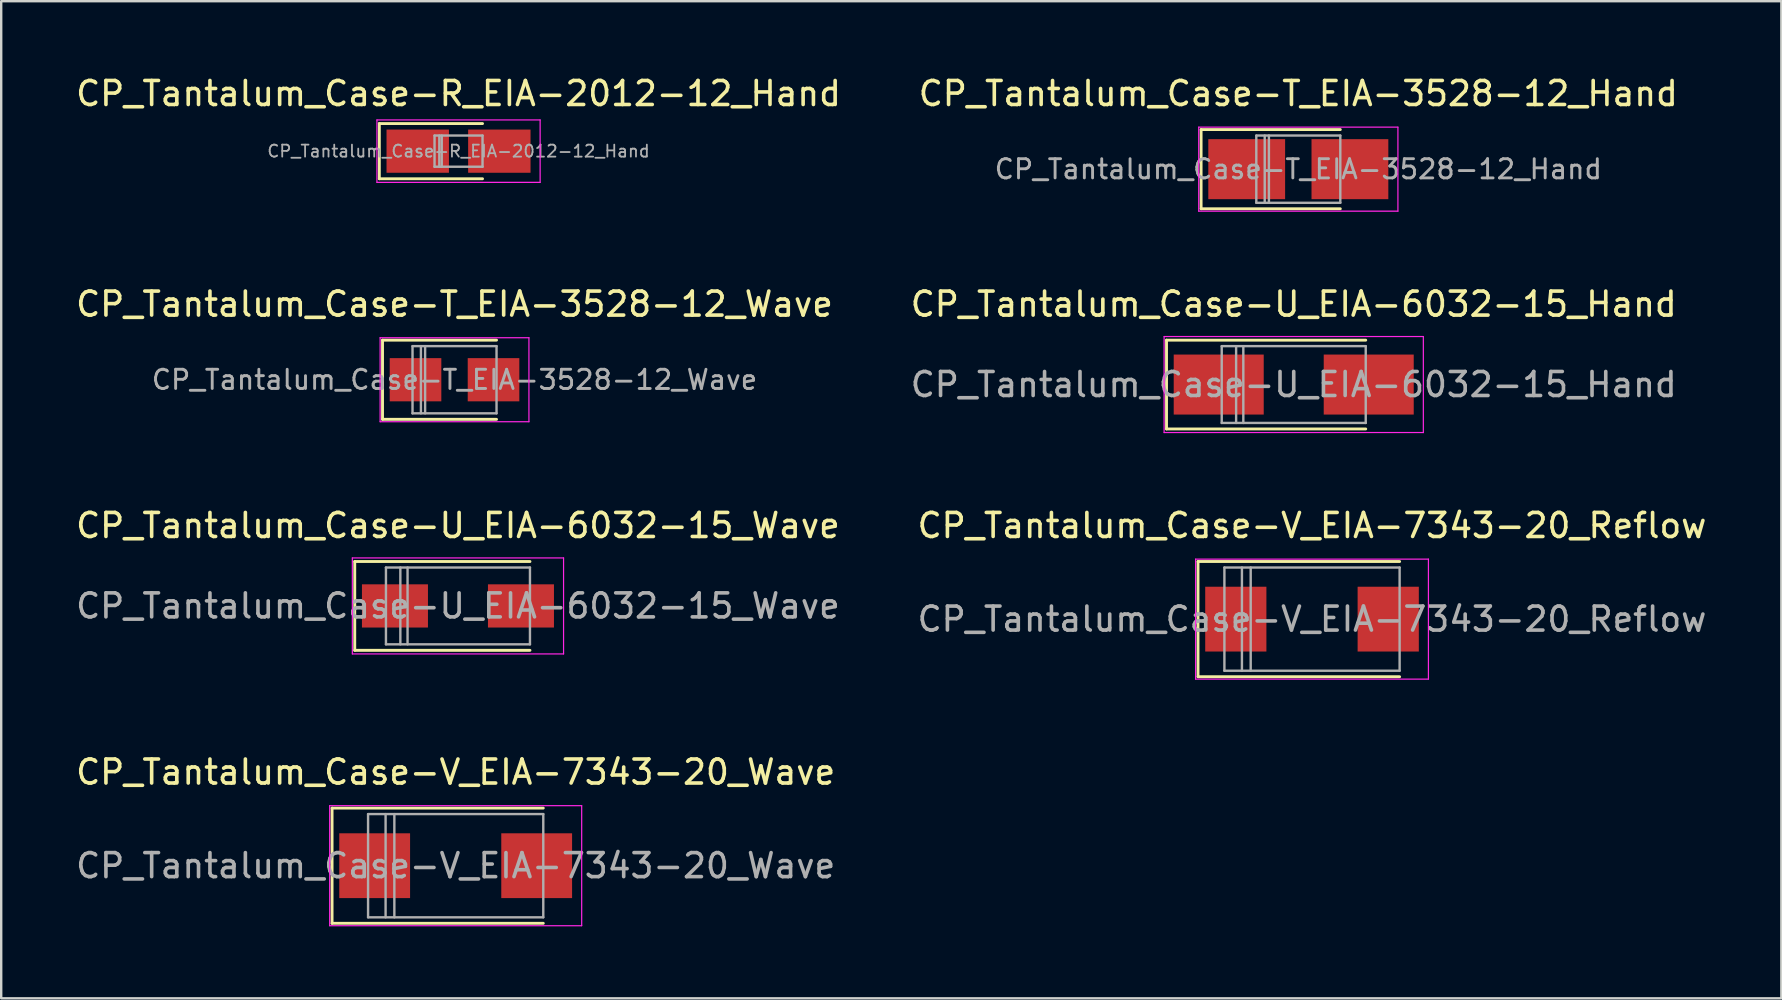
<source format=kicad_pcb>
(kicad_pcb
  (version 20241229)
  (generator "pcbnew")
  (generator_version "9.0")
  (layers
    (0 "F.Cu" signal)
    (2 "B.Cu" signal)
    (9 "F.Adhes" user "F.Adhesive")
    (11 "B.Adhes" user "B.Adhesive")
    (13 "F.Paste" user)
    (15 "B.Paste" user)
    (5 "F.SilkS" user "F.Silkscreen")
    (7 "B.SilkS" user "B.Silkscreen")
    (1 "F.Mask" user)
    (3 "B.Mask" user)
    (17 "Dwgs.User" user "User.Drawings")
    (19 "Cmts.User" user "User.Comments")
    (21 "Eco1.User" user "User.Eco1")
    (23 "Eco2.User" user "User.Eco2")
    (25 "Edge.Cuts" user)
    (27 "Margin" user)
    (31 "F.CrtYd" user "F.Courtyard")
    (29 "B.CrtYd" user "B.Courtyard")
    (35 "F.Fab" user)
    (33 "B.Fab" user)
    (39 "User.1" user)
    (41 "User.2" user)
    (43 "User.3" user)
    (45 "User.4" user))
  (footprint "CP_Tantalum_Case-V_EIA-7343-20_Reflow"
    (layer "F.Cu")
    (at 51.613 22.745)
    (property "Reference" "CP_Tantalum_Case-V_EIA-7343-20_Reflow" (at 0 -3.9 0) (layer "F.SilkS") (effects (font (size 1 1) (thickness 0.15))))
    (attr smd)
    (fp_line (start -4.75 -2.4) (end -4.75 2.4) (stroke (width 0.12) (type solid)) (layer "F.SilkS"))
    (fp_line (start -4.75 -2.4) (end 3.65 -2.4) (stroke (width 0.12) (type solid)) (layer "F.SilkS"))
    (fp_line (start -4.75 2.4) (end 3.65 2.4) (stroke (width 0.12) (type solid)) (layer "F.SilkS"))
    (fp_line (start -4.85 -2.5) (end -4.85 2.5) (stroke (width 0.05) (type solid)) (layer "F.CrtYd"))
    (fp_line (start -4.85 2.5) (end 4.85 2.5) (stroke (width 0.05) (type solid)) (layer "F.CrtYd"))
    (fp_line (start 4.85 -2.5) (end -4.85 -2.5) (stroke (width 0.05) (type solid)) (layer "F.CrtYd"))
    (fp_line (start 4.85 2.5) (end 4.85 -2.5) (stroke (width 0.05) (type solid)) (layer "F.CrtYd"))
    (fp_line (start -3.65 -2.15) (end -3.65 2.15) (stroke (width 0.1) (type solid)) (layer "F.Fab"))
    (fp_line (start -3.65 2.15) (end 3.65 2.15) (stroke (width 0.1) (type solid)) (layer "F.Fab"))
    (fp_line (start -2.92 -2.15) (end -2.92 2.15) (stroke (width 0.1) (type solid)) (layer "F.Fab"))
    (fp_line (start -2.555 -2.15) (end -2.555 2.15) (stroke (width 0.1) (type solid)) (layer "F.Fab"))
    (fp_line (start 3.65 -2.15) (end -3.65 -2.15) (stroke (width 0.1) (type solid)) (layer "F.Fab"))
    (fp_line (start 3.65 2.15) (end 3.65 -2.15) (stroke (width 0.1) (type solid)) (layer "F.Fab"))
    (fp_text user "${REFERENCE}" (at 0 0 0) (layer "F.Fab") (effects (font (size 1 1) (thickness 0.15))))
    (pad "1" smd rect (at -3.175 0) (size 2.55 2.7) (layers "F.Cu" "F.Mask" "F.Paste"))
    (pad "2" smd rect (at 3.175 0) (size 2.55 2.7) (layers "F.Cu" "F.Mask" "F.Paste")))
  (footprint "CP_Tantalum_Case-V_EIA-7343-20_Wave"
    (layer "F.Cu")
    (at 15.935 33.018)
    (property "Reference" "CP_Tantalum_Case-V_EIA-7343-20_Wave" (at 0 -3.9 0) (layer "F.SilkS") (effects (font (size 1 1) (thickness 0.15))))
    (attr smd)
    (fp_line (start -5.15 -2.4) (end -5.15 2.4) (stroke (width 0.12) (type solid)) (layer "F.SilkS"))
    (fp_line (start -5.15 -2.4) (end 3.65 -2.4) (stroke (width 0.12) (type solid)) (layer "F.SilkS"))
    (fp_line (start -5.15 2.4) (end 3.65 2.4) (stroke (width 0.12) (type solid)) (layer "F.SilkS"))
    (fp_line (start -5.25 -2.5) (end -5.25 2.5) (stroke (width 0.05) (type solid)) (layer "F.CrtYd"))
    (fp_line (start -5.25 2.5) (end 5.25 2.5) (stroke (width 0.05) (type solid)) (layer "F.CrtYd"))
    (fp_line (start 5.25 -2.5) (end -5.25 -2.5) (stroke (width 0.05) (type solid)) (layer "F.CrtYd"))
    (fp_line (start 5.25 2.5) (end 5.25 -2.5) (stroke (width 0.05) (type solid)) (layer "F.CrtYd"))
    (fp_line (start -3.65 -2.15) (end -3.65 2.15) (stroke (width 0.1) (type solid)) (layer "F.Fab"))
    (fp_line (start -3.65 2.15) (end 3.65 2.15) (stroke (width 0.1) (type solid)) (layer "F.Fab"))
    (fp_line (start -2.92 -2.15) (end -2.92 2.15) (stroke (width 0.1) (type solid)) (layer "F.Fab"))
    (fp_line (start -2.555 -2.15) (end -2.555 2.15) (stroke (width 0.1) (type solid)) (layer "F.Fab"))
    (fp_line (start 3.65 -2.15) (end -3.65 -2.15) (stroke (width 0.1) (type solid)) (layer "F.Fab"))
    (fp_line (start 3.65 2.15) (end 3.65 -2.15) (stroke (width 0.1) (type solid)) (layer "F.Fab"))
    (fp_text user "${REFERENCE}" (at 0 0 0) (layer "F.Fab") (effects (font (size 1 1) (thickness 0.15))))
    (pad "1" smd rect (at -3.375 0) (size 2.95 2.7) (layers "F.Cu" "F.Mask" "F.Paste"))
    (pad "2" smd rect (at 3.375 0) (size 2.95 2.7) (layers "F.Cu" "F.Mask" "F.Paste")))
  (footprint "CP_Tantalum_Case-T_EIA-3528-12_Hand"
    (layer "F.Cu")
    (at 51.042 3.998)
    (property "Reference" "CP_Tantalum_Case-T_EIA-3528-12_Hand" (at 0 -3.15 0) (layer "F.SilkS") (effects (font (size 1 1) (thickness 0.15))))
    (attr smd)
    (fp_line (start -4.05 -1.65) (end -4.05 1.65) (stroke (width 0.12) (type solid)) (layer "F.SilkS"))
    (fp_line (start -4.05 -1.65) (end 1.75 -1.65) (stroke (width 0.12) (type solid)) (layer "F.SilkS"))
    (fp_line (start -4.05 1.65) (end 1.75 1.65) (stroke (width 0.12) (type solid)) (layer "F.SilkS"))
    (fp_line (start -4.15 -1.75) (end -4.15 1.75) (stroke (width 0.05) (type solid)) (layer "F.CrtYd"))
    (fp_line (start -4.15 1.75) (end 4.15 1.75) (stroke (width 0.05) (type solid)) (layer "F.CrtYd"))
    (fp_line (start 4.15 -1.75) (end -4.15 -1.75) (stroke (width 0.05) (type solid)) (layer "F.CrtYd"))
    (fp_line (start 4.15 1.75) (end 4.15 -1.75) (stroke (width 0.05) (type solid)) (layer "F.CrtYd"))
    (fp_line (start -1.75 -1.4) (end -1.75 1.4) (stroke (width 0.1) (type solid)) (layer "F.Fab"))
    (fp_line (start -1.75 1.4) (end 1.75 1.4) (stroke (width 0.1) (type solid)) (layer "F.Fab"))
    (fp_line (start -1.4 -1.4) (end -1.4 1.4) (stroke (width 0.1) (type solid)) (layer "F.Fab"))
    (fp_line (start -1.225 -1.4) (end -1.225 1.4) (stroke (width 0.1) (type solid)) (layer "F.Fab"))
    (fp_line (start 1.75 -1.4) (end -1.75 -1.4) (stroke (width 0.1) (type solid)) (layer "F.Fab"))
    (fp_line (start 1.75 1.4) (end 1.75 -1.4) (stroke (width 0.1) (type solid)) (layer "F.Fab"))
    (fp_text user "${REFERENCE}" (at 0 0 0) (layer "F.Fab") (effects (font (size 0.8 0.8) (thickness 0.12))))
    (pad "1" smd rect (at -2.15 0) (size 3.2 2.5) (layers "F.Cu" "F.Mask" "F.Paste"))
    (pad "2" smd rect (at 2.15 0) (size 3.2 2.5) (layers "F.Cu" "F.Mask" "F.Paste")))
  (footprint "CP_Tantalum_Case-U_EIA-6032-15_Wave"
    (layer "F.Cu")
    (at 16.03 22.195)
    (property "Reference" "CP_Tantalum_Case-U_EIA-6032-15_Wave" (at 0 -3.35 0) (layer "F.SilkS") (effects (font (size 1 1) (thickness 0.15))))
    (attr smd)
    (fp_line (start -4.3 -1.85) (end -4.3 1.85) (stroke (width 0.12) (type solid)) (layer "F.SilkS"))
    (fp_line (start -4.3 -1.85) (end 3 -1.85) (stroke (width 0.12) (type solid)) (layer "F.SilkS"))
    (fp_line (start -4.3 1.85) (end 3 1.85) (stroke (width 0.12) (type solid)) (layer "F.SilkS"))
    (fp_line (start -4.4 -2) (end -4.4 2) (stroke (width 0.05) (type solid)) (layer "F.CrtYd"))
    (fp_line (start -4.4 2) (end 4.4 2) (stroke (width 0.05) (type solid)) (layer "F.CrtYd"))
    (fp_line (start 4.4 -2) (end -4.4 -2) (stroke (width 0.05) (type solid)) (layer "F.CrtYd"))
    (fp_line (start 4.4 2) (end 4.4 -2) (stroke (width 0.05) (type solid)) (layer "F.CrtYd"))
    (fp_line (start -3 -1.6) (end -3 1.6) (stroke (width 0.1) (type solid)) (layer "F.Fab"))
    (fp_line (start -3 1.6) (end 3 1.6) (stroke (width 0.1) (type solid)) (layer "F.Fab"))
    (fp_line (start -2.4 -1.6) (end -2.4 1.6) (stroke (width 0.1) (type solid)) (layer "F.Fab"))
    (fp_line (start -2.1 -1.6) (end -2.1 1.6) (stroke (width 0.1) (type solid)) (layer "F.Fab"))
    (fp_line (start 3 -1.6) (end -3 -1.6) (stroke (width 0.1) (type solid)) (layer "F.Fab"))
    (fp_line (start 3 1.6) (end 3 -1.6) (stroke (width 0.1) (type solid)) (layer "F.Fab"))
    (fp_text user "${REFERENCE}" (at 0 0 0) (layer "F.Fab") (effects (font (size 1 1) (thickness 0.15))))
    (pad "1" smd rect (at -2.625 0) (size 2.75 1.8) (layers "F.Cu" "F.Mask" "F.Paste"))
    (pad "2" smd rect (at 2.625 0) (size 2.75 1.8) (layers "F.Cu" "F.Mask" "F.Paste")))
  (footprint "CP_Tantalum_Case-U_EIA-6032-15_Hand"
    (layer "F.Cu")
    (at 50.851 12.972)
    (property "Reference" "CP_Tantalum_Case-U_EIA-6032-15_Hand" (at 0 -3.35 0) (layer "F.SilkS") (effects (font (size 1 1) (thickness 0.15))))
    (attr smd)
    (fp_line (start -5.3 -1.85) (end -5.3 1.85) (stroke (width 0.12) (type solid)) (layer "F.SilkS"))
    (fp_line (start -5.3 -1.85) (end 3 -1.85) (stroke (width 0.12) (type solid)) (layer "F.SilkS"))
    (fp_line (start -5.3 1.85) (end 3 1.85) (stroke (width 0.12) (type solid)) (layer "F.SilkS"))
    (fp_line (start -5.4 -2) (end -5.4 2) (stroke (width 0.05) (type solid)) (layer "F.CrtYd"))
    (fp_line (start -5.4 2) (end 5.4 2) (stroke (width 0.05) (type solid)) (layer "F.CrtYd"))
    (fp_line (start 5.4 -2) (end -5.4 -2) (stroke (width 0.05) (type solid)) (layer "F.CrtYd"))
    (fp_line (start 5.4 2) (end 5.4 -2) (stroke (width 0.05) (type solid)) (layer "F.CrtYd"))
    (fp_line (start -3 -1.6) (end -3 1.6) (stroke (width 0.1) (type solid)) (layer "F.Fab"))
    (fp_line (start -3 1.6) (end 3 1.6) (stroke (width 0.1) (type solid)) (layer "F.Fab"))
    (fp_line (start -2.4 -1.6) (end -2.4 1.6) (stroke (width 0.1) (type solid)) (layer "F.Fab"))
    (fp_line (start -2.1 -1.6) (end -2.1 1.6) (stroke (width 0.1) (type solid)) (layer "F.Fab"))
    (fp_line (start 3 -1.6) (end -3 -1.6) (stroke (width 0.1) (type solid)) (layer "F.Fab"))
    (fp_line (start 3 1.6) (end 3 -1.6) (stroke (width 0.1) (type solid)) (layer "F.Fab"))
    (fp_text user "${REFERENCE}" (at 0 0 0) (layer "F.Fab") (effects (font (size 1 1) (thickness 0.15))))
    (pad "1" smd rect (at -3.125 0) (size 3.75 2.5) (layers "F.Cu" "F.Mask" "F.Paste"))
    (pad "2" smd rect (at 3.125 0) (size 3.75 2.5) (layers "F.Cu" "F.Mask" "F.Paste")))
  (footprint "CP_Tantalum_Case-R_EIA-2012-12_Hand"
    (layer "F.Cu")
    (at 16.054 3.248)
    (property "Reference" "CP_Tantalum_Case-R_EIA-2012-12_Hand" (at 0 -2.4 0) (layer "F.SilkS") (effects (font (size 1 1) (thickness 0.15))))
    (attr smd)
    (fp_line (start -3.3 -1.15) (end -3.3 1.15) (stroke (width 0.12) (type solid)) (layer "F.SilkS"))
    (fp_line (start -3.3 -1.15) (end 1 -1.15) (stroke (width 0.12) (type solid)) (layer "F.SilkS"))
    (fp_line (start -3.3 1.15) (end 1 1.15) (stroke (width 0.12) (type solid)) (layer "F.SilkS"))
    (fp_line (start -3.4 -1.3) (end -3.4 1.3) (stroke (width 0.05) (type solid)) (layer "F.CrtYd"))
    (fp_line (start -3.4 1.3) (end 3.4 1.3) (stroke (width 0.05) (type solid)) (layer "F.CrtYd"))
    (fp_line (start 3.4 -1.3) (end -3.4 -1.3) (stroke (width 0.05) (type solid)) (layer "F.CrtYd"))
    (fp_line (start 3.4 1.3) (end 3.4 -1.3) (stroke (width 0.05) (type solid)) (layer "F.CrtYd"))
    (fp_line (start -1 -0.65) (end -1 0.65) (stroke (width 0.1) (type solid)) (layer "F.Fab"))
    (fp_line (start -1 0.65) (end 1 0.65) (stroke (width 0.1) (type solid)) (layer "F.Fab"))
    (fp_line (start -0.8 -0.65) (end -0.8 0.65) (stroke (width 0.1) (type solid)) (layer "F.Fab"))
    (fp_line (start -0.7 -0.65) (end -0.7 0.65) (stroke (width 0.1) (type solid)) (layer "F.Fab"))
    (fp_line (start 1 -0.65) (end -1 -0.65) (stroke (width 0.1) (type solid)) (layer "F.Fab"))
    (fp_line (start 1 0.65) (end 1 -0.65) (stroke (width 0.1) (type solid)) (layer "F.Fab"))
    (fp_text user "${REFERENCE}" (at 0 0 0) (layer "F.Fab") (effects (font (size 0.5 0.5) (thickness 0.075))))
    (pad "1" smd rect (at -1.7 0) (size 2.6 1.8) (layers "F.Cu" "F.Mask" "F.Paste"))
    (pad "2" smd rect (at 1.7 0) (size 2.6 1.8) (layers "F.Cu" "F.Mask" "F.Paste")))
  (footprint "CP_Tantalum_Case-T_EIA-3528-12_Wave"
    (layer "F.Cu")
    (at 15.887 12.771)
    (property "Reference" "CP_Tantalum_Case-T_EIA-3528-12_Wave" (at 0 -3.15 0) (layer "F.SilkS") (effects (font (size 1 1) (thickness 0.15))))
    (attr smd)
    (fp_line (start -3 -1.65) (end -3 1.65) (stroke (width 0.12) (type solid)) (layer "F.SilkS"))
    (fp_line (start -3 -1.65) (end 1.75 -1.65) (stroke (width 0.12) (type solid)) (layer "F.SilkS"))
    (fp_line (start -3 1.65) (end 1.75 1.65) (stroke (width 0.12) (type solid)) (layer "F.SilkS"))
    (fp_line (start -3.1 -1.75) (end -3.1 1.75) (stroke (width 0.05) (type solid)) (layer "F.CrtYd"))
    (fp_line (start -3.1 1.75) (end 3.1 1.75) (stroke (width 0.05) (type solid)) (layer "F.CrtYd"))
    (fp_line (start 3.1 -1.75) (end -3.1 -1.75) (stroke (width 0.05) (type solid)) (layer "F.CrtYd"))
    (fp_line (start 3.1 1.75) (end 3.1 -1.75) (stroke (width 0.05) (type solid)) (layer "F.CrtYd"))
    (fp_line (start -1.75 -1.4) (end -1.75 1.4) (stroke (width 0.1) (type solid)) (layer "F.Fab"))
    (fp_line (start -1.75 1.4) (end 1.75 1.4) (stroke (width 0.1) (type solid)) (layer "F.Fab"))
    (fp_line (start -1.4 -1.4) (end -1.4 1.4) (stroke (width 0.1) (type solid)) (layer "F.Fab"))
    (fp_line (start -1.225 -1.4) (end -1.225 1.4) (stroke (width 0.1) (type solid)) (layer "F.Fab"))
    (fp_line (start 1.75 -1.4) (end -1.75 -1.4) (stroke (width 0.1) (type solid)) (layer "F.Fab"))
    (fp_line (start 1.75 1.4) (end 1.75 -1.4) (stroke (width 0.1) (type solid)) (layer "F.Fab"))
    (fp_text user "${REFERENCE}" (at 0 0 0) (layer "F.Fab") (effects (font (size 0.8 0.8) (thickness 0.12))))
    (pad "1" smd rect (at -1.625 0) (size 2.15 1.8) (layers "F.Cu" "F.Mask" "F.Paste"))
    (pad "2" smd rect (at 1.625 0) (size 2.15 1.8) (layers "F.Cu" "F.Mask" "F.Paste")))
  (gr_rect
    (start -3 -3)
    (end 71.167 38.543)
    (stroke (width 0.1) (type default))
    (fill no)
    (layer "Edge.Cuts")))
</source>
